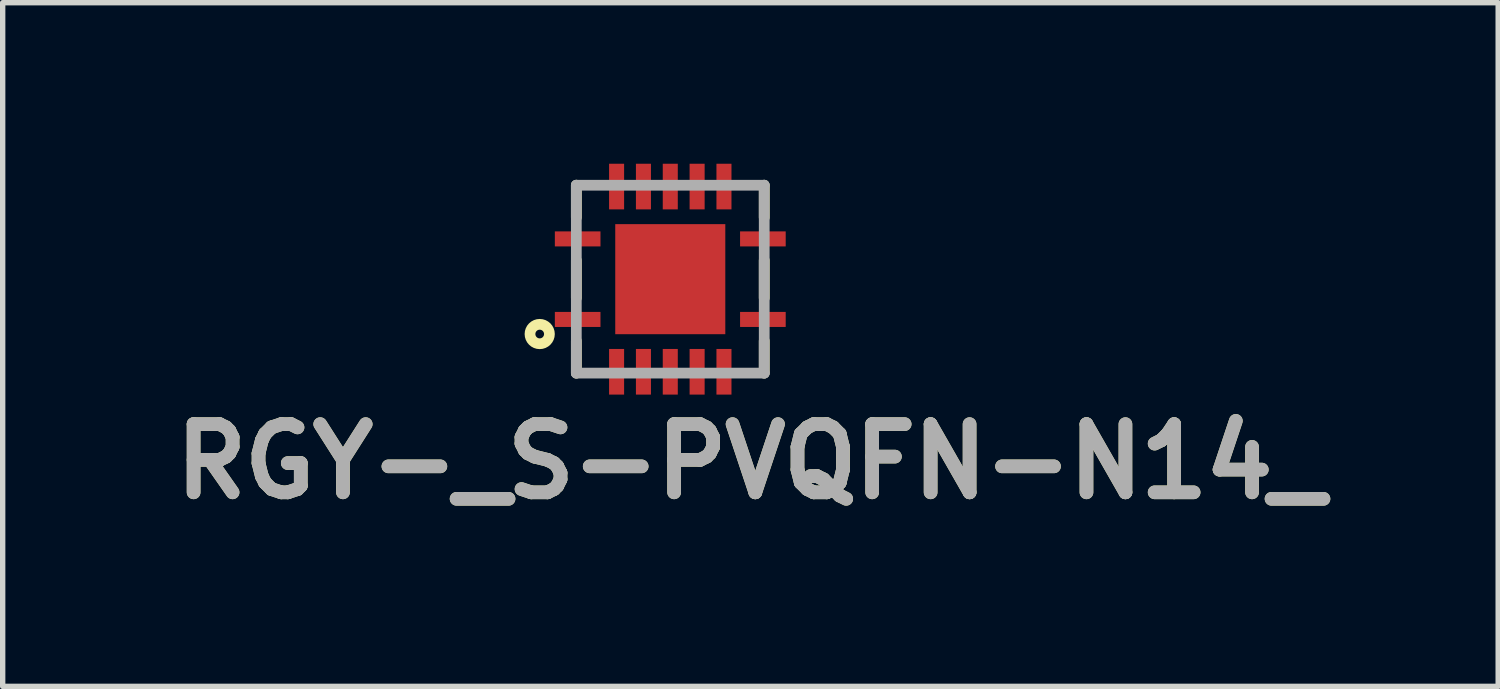
<source format=kicad_pcb>
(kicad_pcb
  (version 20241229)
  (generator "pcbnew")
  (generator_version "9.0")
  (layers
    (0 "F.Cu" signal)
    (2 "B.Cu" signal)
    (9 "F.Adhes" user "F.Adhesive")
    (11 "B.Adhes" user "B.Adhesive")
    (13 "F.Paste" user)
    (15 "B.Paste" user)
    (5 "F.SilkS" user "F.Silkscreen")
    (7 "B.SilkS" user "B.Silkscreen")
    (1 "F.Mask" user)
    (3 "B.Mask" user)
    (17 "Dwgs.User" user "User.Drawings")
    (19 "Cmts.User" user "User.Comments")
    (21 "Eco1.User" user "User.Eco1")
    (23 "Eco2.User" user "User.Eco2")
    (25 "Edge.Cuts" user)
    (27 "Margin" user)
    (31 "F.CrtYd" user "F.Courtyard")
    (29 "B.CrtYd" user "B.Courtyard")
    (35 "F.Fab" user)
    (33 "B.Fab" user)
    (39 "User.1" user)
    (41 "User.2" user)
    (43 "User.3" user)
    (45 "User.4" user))
  (footprint "RGY-_S-PVQFN-N14_"
    (layer "F.Cu")
    (at 9.435 2.15)
    (property "Reference" "RGY-_S-PVQFN-N14_" (at 1.493 3.396 0) (layer "F.SilkS") (effects (font (size 1.27 1.27) (thickness 0.254))))
    (attr smd)
    (fp_line (start -1.75 -1.75) (end -1.75 -1.15) (stroke (width 0.2) (type solid)) (layer "F.SilkS"))
    (fp_line (start -1.75 -0.35) (end -1.75 0.35) (stroke (width 0.2) (type solid)) (layer "F.SilkS"))
    (fp_line (start -1.75 1.75) (end -1.75 1.15) (stroke (width 0.2) (type solid)) (layer "F.SilkS"))
    (fp_line (start 1.75 -1.75) (end 1.75 -1.15) (stroke (width 0.2) (type solid)) (layer "F.SilkS"))
    (fp_line (start 1.75 -0.35) (end 1.75 0.35) (stroke (width 0.2) (type solid)) (layer "F.SilkS"))
    (fp_line (start 1.75 1.75) (end 1.75 1.15) (stroke (width 0.2) (type solid)) (layer "F.SilkS"))
    (fp_circle (center -2.432 1.022) (end -2.432 1.103) (stroke (width 0.2) (type solid)) (fill no) (layer "F.SilkS"))
    (fp_line (start -1.75 -1.75) (end 1.75 -1.75) (stroke (width 0.2) (type solid)) (layer "F.Fab"))
    (fp_line (start -1.75 1.75) (end -1.75 -1.75) (stroke (width 0.2) (type solid)) (layer "F.Fab"))
    (fp_line (start 1.75 -1.75) (end 1.75 1.75) (stroke (width 0.2) (type solid)) (layer "F.Fab"))
    (fp_line (start 1.75 1.75) (end -1.75 1.75) (stroke (width 0.2) (type solid)) (layer "F.Fab"))
    (fp_text user "${REFERENCE}" (at 1.493 3.396 0) (layer "F.Fab") (effects (font (size 1.27 1.27) (thickness 0.254))))
    (pad "1" smd rect (at -1.725 0.75 90) (size 0.28 0.85) (layers "F.Cu" "F.Mask" "F.Paste"))
    (pad "2" smd rect (at -1 1.725) (size 0.28 0.85) (layers "F.Cu" "F.Mask" "F.Paste"))
    (pad "3" smd rect (at -0.5 1.725) (size 0.28 0.85) (layers "F.Cu" "F.Mask" "F.Paste"))
    (pad "4" smd rect (at 0 1.725) (size 0.28 0.85) (layers "F.Cu" "F.Mask" "F.Paste"))
    (pad "5" smd rect (at 0.5 1.725) (size 0.28 0.85) (layers "F.Cu" "F.Mask" "F.Paste"))
    (pad "6" smd rect (at 1 1.725) (size 0.28 0.85) (layers "F.Cu" "F.Mask" "F.Paste"))
    (pad "7" smd rect (at 1.725 0.75 90) (size 0.28 0.85) (layers "F.Cu" "F.Mask" "F.Paste"))
    (pad "8" smd rect (at 1.725 -0.75 90) (size 0.28 0.85) (layers "F.Cu" "F.Mask" "F.Paste"))
    (pad "9" smd rect (at 1 -1.725) (size 0.28 0.85) (layers "F.Cu" "F.Mask" "F.Paste"))
    (pad "10" smd rect (at 0.5 -1.725) (size 0.28 0.85) (layers "F.Cu" "F.Mask" "F.Paste"))
    (pad "11" smd rect (at 0 -1.725) (size 0.28 0.85) (layers "F.Cu" "F.Mask" "F.Paste"))
    (pad "12" smd rect (at -0.5 -1.725) (size 0.28 0.85) (layers "F.Cu" "F.Mask" "F.Paste"))
    (pad "13" smd rect (at -1 -1.725) (size 0.28 0.85) (layers "F.Cu" "F.Mask" "F.Paste"))
    (pad "14" smd rect (at -1.725 -0.75 90) (size 0.28 0.85) (layers "F.Cu" "F.Mask" "F.Paste"))
    (pad "15" smd rect (at 0 0 90) (size 2.05 2.05) (layers "F.Cu" "F.Mask" "F.Paste")))
  (gr_rect
    (start -3 -3)
    (end 24.856 9.735)
    (stroke (width 0.1) (type default))
    (fill no)
    (layer "Edge.Cuts")))
</source>
